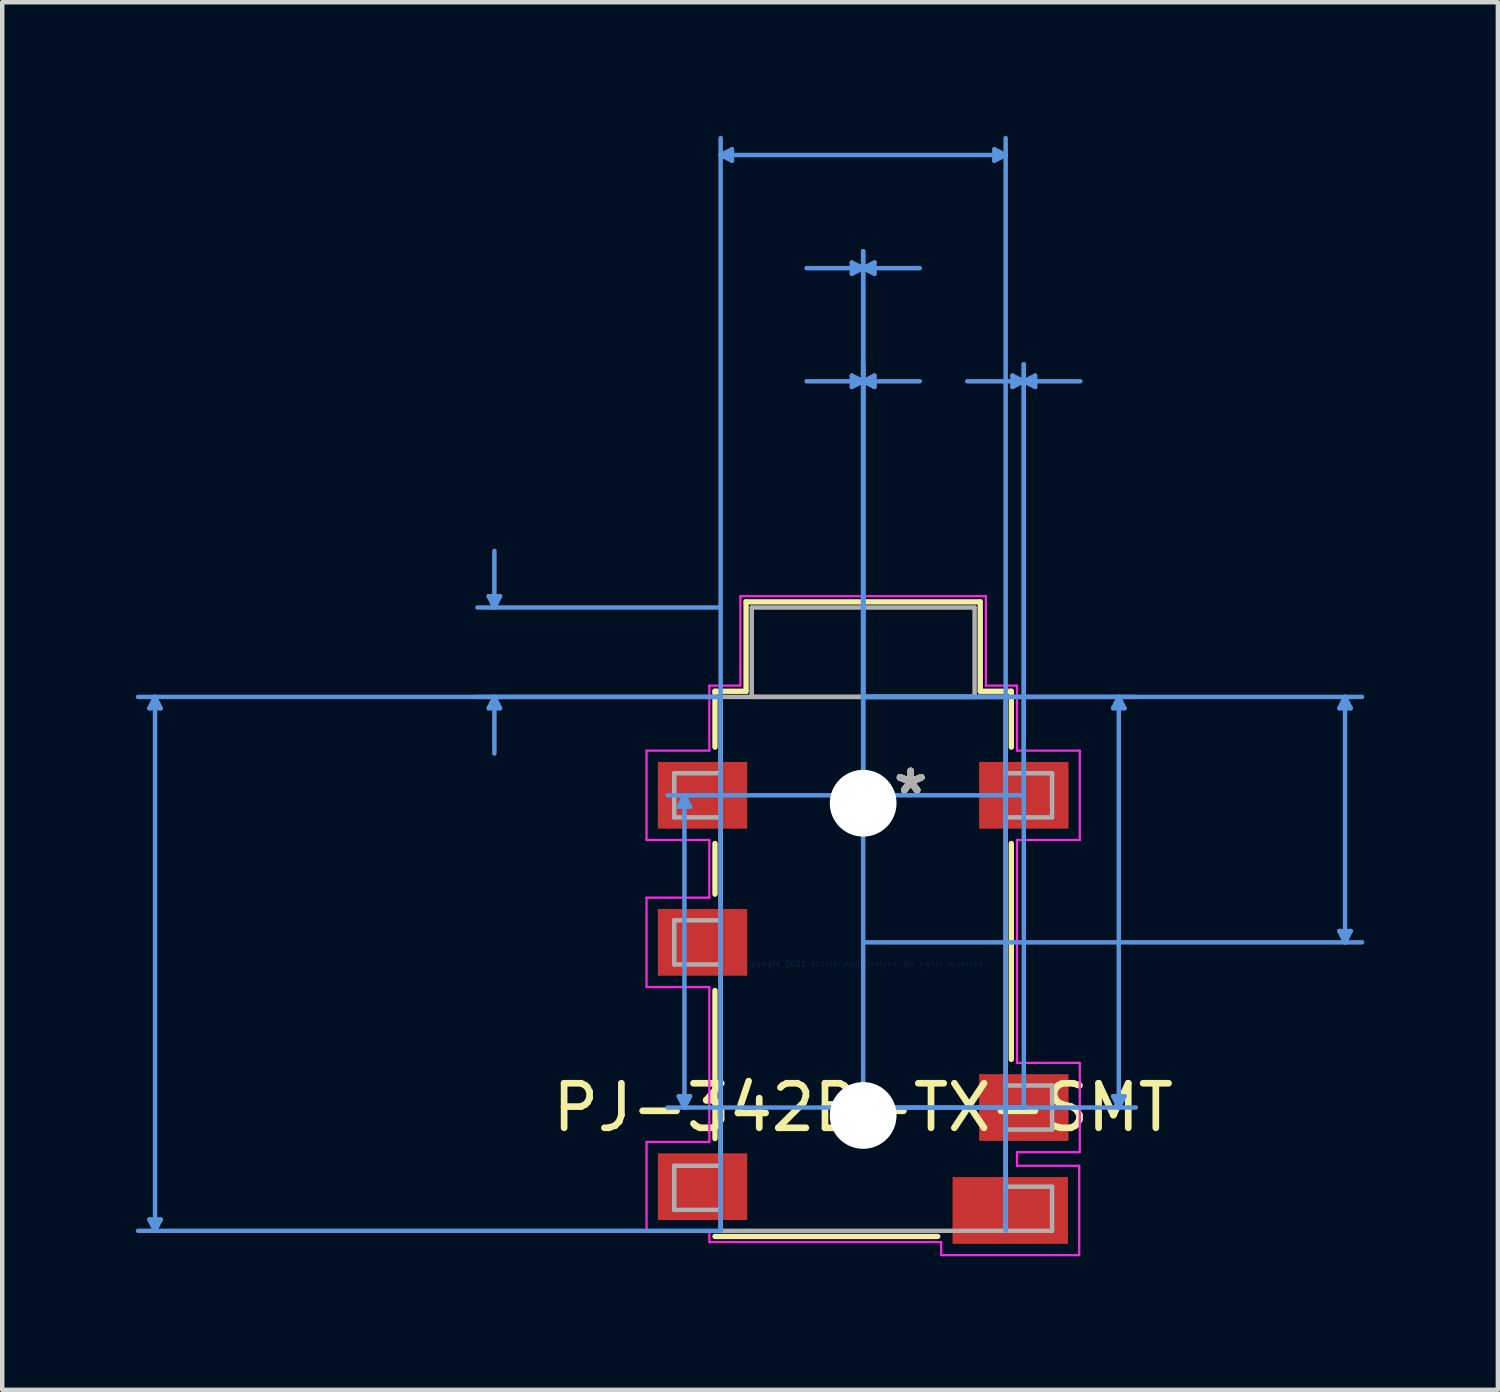
<source format=kicad_pcb>
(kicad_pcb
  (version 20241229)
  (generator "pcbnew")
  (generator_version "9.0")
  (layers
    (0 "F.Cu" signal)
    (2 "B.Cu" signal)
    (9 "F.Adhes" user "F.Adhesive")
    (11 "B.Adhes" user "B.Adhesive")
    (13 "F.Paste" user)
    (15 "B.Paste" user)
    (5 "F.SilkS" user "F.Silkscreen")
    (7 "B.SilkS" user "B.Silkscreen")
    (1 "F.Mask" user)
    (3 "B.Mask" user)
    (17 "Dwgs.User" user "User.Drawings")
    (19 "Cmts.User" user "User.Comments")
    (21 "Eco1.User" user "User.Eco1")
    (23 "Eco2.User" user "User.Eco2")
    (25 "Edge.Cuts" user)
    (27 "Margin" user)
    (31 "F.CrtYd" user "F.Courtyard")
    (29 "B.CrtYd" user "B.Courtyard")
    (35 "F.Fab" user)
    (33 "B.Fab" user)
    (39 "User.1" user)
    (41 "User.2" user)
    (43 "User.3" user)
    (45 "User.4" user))
  (footprint "PJ-342B-TX-SMT"
    (layer "F.Cu")
    (at 16.331 18.592)
    (property "Reference" "PJ-342B-TX-SMT" (at 0 3.226 0) (layer "F.SilkS") (effects (font (size 1 1) (thickness 0.15))))
    (attr through_hole)
    (fp_line (start -3.327 -6.121) (end -2.629 -6.121) (stroke (width 0.12) (type solid)) (layer "F.SilkS"))
    (fp_line (start -3.327 -4.867) (end -3.327 -6.121) (stroke (width 0.12) (type solid)) (layer "F.SilkS"))
    (fp_line (start -3.327 -1.565) (end -3.327 -2.703) (stroke (width 0.12) (type solid)) (layer "F.SilkS"))
    (fp_line (start -3.327 3.922) (end -3.327 0.599) (stroke (width 0.12) (type solid)) (layer "F.SilkS"))
    (fp_line (start -2.629 -8.128) (end 2.629 -8.128) (stroke (width 0.12) (type solid)) (layer "F.SilkS"))
    (fp_line (start -2.629 -6.121) (end -2.629 -8.128) (stroke (width 0.12) (type solid)) (layer "F.SilkS"))
    (fp_line (start 1.674 6.121) (end -3.327 6.121) (stroke (width 0.12) (type solid)) (layer "F.SilkS"))
    (fp_line (start 2.629 -8.128) (end 2.629 -6.121) (stroke (width 0.12) (type solid)) (layer "F.SilkS"))
    (fp_line (start 2.629 -6.121) (end 3.327 -6.121) (stroke (width 0.12) (type solid)) (layer "F.SilkS"))
    (fp_line (start 3.327 -6.121) (end 3.327 -4.867) (stroke (width 0.12) (type solid)) (layer "F.SilkS"))
    (fp_line (start 3.327 -2.703) (end 3.327 2.144) (stroke (width 0.12) (type solid)) (layer "F.SilkS"))
    (fp_line (start -16.027 -5.74) (end -15.773 -5.74) (stroke (width 0.1) (type solid)) (layer "Cmts.User"))
    (fp_line (start -16.027 5.74) (end -15.773 5.74) (stroke (width 0.1) (type solid)) (layer "Cmts.User"))
    (fp_line (start -15.9 -5.994) (end -16.027 -5.74) (stroke (width 0.1) (type solid)) (layer "Cmts.User"))
    (fp_line (start -15.9 -5.994) (end -15.9 5.994) (stroke (width 0.1) (type solid)) (layer "Cmts.User"))
    (fp_line (start -15.9 -5.994) (end -15.773 -5.74) (stroke (width 0.1) (type solid)) (layer "Cmts.User"))
    (fp_line (start -15.9 5.994) (end -16.027 5.74) (stroke (width 0.1) (type solid)) (layer "Cmts.User"))
    (fp_line (start -15.9 5.994) (end -15.773 5.74) (stroke (width 0.1) (type solid)) (layer "Cmts.User"))
    (fp_line (start -8.407 -8.255) (end -8.153 -8.255) (stroke (width 0.1) (type solid)) (layer "Cmts.User"))
    (fp_line (start -8.407 -5.74) (end -8.153 -5.74) (stroke (width 0.1) (type solid)) (layer "Cmts.User"))
    (fp_line (start -8.28 -8.001) (end -8.407 -8.255) (stroke (width 0.1) (type solid)) (layer "Cmts.User"))
    (fp_line (start -8.28 -8.001) (end -8.28 -9.271) (stroke (width 0.1) (type solid)) (layer "Cmts.User"))
    (fp_line (start -8.28 -8.001) (end -8.153 -8.255) (stroke (width 0.1) (type solid)) (layer "Cmts.User"))
    (fp_line (start -8.28 -5.994) (end -8.407 -5.74) (stroke (width 0.1) (type solid)) (layer "Cmts.User"))
    (fp_line (start -8.28 -5.994) (end -8.28 -4.724) (stroke (width 0.1) (type solid)) (layer "Cmts.User"))
    (fp_line (start -8.28 -5.994) (end -8.153 -5.74) (stroke (width 0.1) (type solid)) (layer "Cmts.User"))
    (fp_line (start -4.14 -3.531) (end -3.886 -3.531) (stroke (width 0.1) (type solid)) (layer "Cmts.User"))
    (fp_line (start -4.14 2.972) (end -3.886 2.972) (stroke (width 0.1) (type solid)) (layer "Cmts.User"))
    (fp_line (start -4.013 -3.785) (end -4.14 -3.531) (stroke (width 0.1) (type solid)) (layer "Cmts.User"))
    (fp_line (start -4.013 -3.785) (end -4.013 3.226) (stroke (width 0.1) (type solid)) (layer "Cmts.User"))
    (fp_line (start -4.013 -3.785) (end -3.886 -3.531) (stroke (width 0.1) (type solid)) (layer "Cmts.User"))
    (fp_line (start -4.013 3.226) (end -4.14 2.972) (stroke (width 0.1) (type solid)) (layer "Cmts.User"))
    (fp_line (start -4.013 3.226) (end -3.886 2.972) (stroke (width 0.1) (type solid)) (layer "Cmts.User"))
    (fp_line (start -3.2 -18.161) (end -2.946 -18.288) (stroke (width 0.1) (type solid)) (layer "Cmts.User"))
    (fp_line (start -3.2 -18.161) (end -2.946 -18.034) (stroke (width 0.1) (type solid)) (layer "Cmts.User"))
    (fp_line (start -3.2 -18.161) (end 3.2 -18.161) (stroke (width 0.1) (type solid)) (layer "Cmts.User"))
    (fp_line (start -3.2 -8.001) (end -8.661 -8.001) (stroke (width 0.1) (type solid)) (layer "Cmts.User"))
    (fp_line (start -3.2 -5.994) (end -16.281 -5.994) (stroke (width 0.1) (type solid)) (layer "Cmts.User"))
    (fp_line (start -3.2 -5.994) (end -8.661 -5.994) (stroke (width 0.1) (type solid)) (layer "Cmts.User"))
    (fp_line (start -3.2 5.994) (end -16.281 5.994) (stroke (width 0.1) (type solid)) (layer "Cmts.User"))
    (fp_line (start -3.2 5.994) (end -3.2 -18.542) (stroke (width 0.1) (type solid)) (layer "Cmts.User"))
    (fp_line (start -2.946 -18.288) (end -2.946 -18.034) (stroke (width 0.1) (type solid)) (layer "Cmts.User"))
    (fp_line (start -0.254 -15.748) (end -0.254 -15.494) (stroke (width 0.1) (type solid)) (layer "Cmts.User"))
    (fp_line (start -0.254 -13.208) (end -0.254 -12.954) (stroke (width 0.1) (type solid)) (layer "Cmts.User"))
    (fp_line (start 0 -15.621) (end -1.27 -15.621) (stroke (width 0.1) (type solid)) (layer "Cmts.User"))
    (fp_line (start 0 -15.621) (end -0.254 -15.748) (stroke (width 0.1) (type solid)) (layer "Cmts.User"))
    (fp_line (start 0 -15.621) (end -0.254 -15.494) (stroke (width 0.1) (type solid)) (layer "Cmts.User"))
    (fp_line (start 0 -15.621) (end 0.254 -15.748) (stroke (width 0.1) (type solid)) (layer "Cmts.User"))
    (fp_line (start 0 -15.621) (end 0.254 -15.494) (stroke (width 0.1) (type solid)) (layer "Cmts.User"))
    (fp_line (start 0 -15.621) (end 1.27 -15.621) (stroke (width 0.1) (type solid)) (layer "Cmts.User"))
    (fp_line (start 0 -13.081) (end -1.27 -13.081) (stroke (width 0.1) (type solid)) (layer "Cmts.User"))
    (fp_line (start 0 -13.081) (end -0.254 -13.208) (stroke (width 0.1) (type solid)) (layer "Cmts.User"))
    (fp_line (start 0 -13.081) (end -0.254 -12.954) (stroke (width 0.1) (type solid)) (layer "Cmts.User"))
    (fp_line (start 0 -13.081) (end 0.254 -13.208) (stroke (width 0.1) (type solid)) (layer "Cmts.User"))
    (fp_line (start 0 -13.081) (end 0.254 -12.954) (stroke (width 0.1) (type solid)) (layer "Cmts.User"))
    (fp_line (start 0 -13.081) (end 1.27 -13.081) (stroke (width 0.1) (type solid)) (layer "Cmts.User"))
    (fp_line (start 0 -5.994) (end 0 -16.002) (stroke (width 0.1) (type solid)) (layer "Cmts.User"))
    (fp_line (start 0 -5.994) (end 0 -13.462) (stroke (width 0.1) (type solid)) (layer "Cmts.User"))
    (fp_line (start 0 -5.994) (end 6.121 -5.994) (stroke (width 0.1) (type solid)) (layer "Cmts.User"))
    (fp_line (start 0 -5.994) (end 11.201 -5.994) (stroke (width 0.1) (type solid)) (layer "Cmts.User"))
    (fp_line (start 0 -3.607) (end 0 -13.462) (stroke (width 0.1) (type solid)) (layer "Cmts.User"))
    (fp_line (start 0 -0.483) (end 11.201 -0.483) (stroke (width 0.1) (type solid)) (layer "Cmts.User"))
    (fp_line (start 0 3.226) (end 6.121 3.226) (stroke (width 0.1) (type solid)) (layer "Cmts.User"))
    (fp_line (start 0 3.404) (end 0 -16.002) (stroke (width 0.1) (type solid)) (layer "Cmts.User"))
    (fp_line (start 0.254 -15.748) (end 0.254 -15.494) (stroke (width 0.1) (type solid)) (layer "Cmts.User"))
    (fp_line (start 0.254 -13.208) (end 0.254 -12.954) (stroke (width 0.1) (type solid)) (layer "Cmts.User"))
    (fp_line (start 2.946 -18.288) (end 2.946 -18.034) (stroke (width 0.1) (type solid)) (layer "Cmts.User"))
    (fp_line (start 3.2 -18.161) (end 2.946 -18.288) (stroke (width 0.1) (type solid)) (layer "Cmts.User"))
    (fp_line (start 3.2 -18.161) (end 2.946 -18.034) (stroke (width 0.1) (type solid)) (layer "Cmts.User"))
    (fp_line (start 3.2 5.994) (end 3.2 -18.542) (stroke (width 0.1) (type solid)) (layer "Cmts.User"))
    (fp_line (start 3.353 -13.208) (end 3.353 -12.954) (stroke (width 0.1) (type solid)) (layer "Cmts.User"))
    (fp_line (start 3.607 -13.081) (end 2.337 -13.081) (stroke (width 0.1) (type solid)) (layer "Cmts.User"))
    (fp_line (start 3.607 -13.081) (end 3.353 -13.208) (stroke (width 0.1) (type solid)) (layer "Cmts.User"))
    (fp_line (start 3.607 -13.081) (end 3.353 -12.954) (stroke (width 0.1) (type solid)) (layer "Cmts.User"))
    (fp_line (start 3.607 -13.081) (end 3.861 -13.208) (stroke (width 0.1) (type solid)) (layer "Cmts.User"))
    (fp_line (start 3.607 -13.081) (end 3.861 -12.954) (stroke (width 0.1) (type solid)) (layer "Cmts.User"))
    (fp_line (start 3.607 -13.081) (end 4.877 -13.081) (stroke (width 0.1) (type solid)) (layer "Cmts.User"))
    (fp_line (start 3.607 -3.785) (end -4.394 -3.785) (stroke (width 0.1) (type solid)) (layer "Cmts.User"))
    (fp_line (start 3.607 -3.785) (end 3.607 -13.462) (stroke (width 0.1) (type solid)) (layer "Cmts.User"))
    (fp_line (start 3.607 3.226) (end -4.394 3.226) (stroke (width 0.1) (type solid)) (layer "Cmts.User"))
    (fp_line (start 3.607 3.226) (end 3.607 -13.462) (stroke (width 0.1) (type solid)) (layer "Cmts.User"))
    (fp_line (start 3.861 -13.208) (end 3.861 -12.954) (stroke (width 0.1) (type solid)) (layer "Cmts.User"))
    (fp_line (start 5.613 -5.74) (end 5.867 -5.74) (stroke (width 0.1) (type solid)) (layer "Cmts.User"))
    (fp_line (start 5.613 2.972) (end 5.867 2.972) (stroke (width 0.1) (type solid)) (layer "Cmts.User"))
    (fp_line (start 5.74 -5.994) (end 5.613 -5.74) (stroke (width 0.1) (type solid)) (layer "Cmts.User"))
    (fp_line (start 5.74 -5.994) (end 5.74 3.226) (stroke (width 0.1) (type solid)) (layer "Cmts.User"))
    (fp_line (start 5.74 -5.994) (end 5.867 -5.74) (stroke (width 0.1) (type solid)) (layer "Cmts.User"))
    (fp_line (start 5.74 3.226) (end 5.613 2.972) (stroke (width 0.1) (type solid)) (layer "Cmts.User"))
    (fp_line (start 5.74 3.226) (end 5.867 2.972) (stroke (width 0.1) (type solid)) (layer "Cmts.User"))
    (fp_line (start 10.693 -5.74) (end 10.947 -5.74) (stroke (width 0.1) (type solid)) (layer "Cmts.User"))
    (fp_line (start 10.693 -0.737) (end 10.947 -0.737) (stroke (width 0.1) (type solid)) (layer "Cmts.User"))
    (fp_line (start 10.82 -5.994) (end 10.693 -5.74) (stroke (width 0.1) (type solid)) (layer "Cmts.User"))
    (fp_line (start 10.82 -5.994) (end 10.82 -0.483) (stroke (width 0.1) (type solid)) (layer "Cmts.User"))
    (fp_line (start 10.82 -5.994) (end 10.947 -5.74) (stroke (width 0.1) (type solid)) (layer "Cmts.User"))
    (fp_line (start 10.82 -0.483) (end 10.693 -0.737) (stroke (width 0.1) (type solid)) (layer "Cmts.User"))
    (fp_line (start 10.82 -0.483) (end 10.947 -0.737) (stroke (width 0.1) (type solid)) (layer "Cmts.User"))
    (fp_line (start -4.864 -4.788) (end -4.864 -2.781) (stroke (width 0.05) (type solid)) (layer "F.CrtYd"))
    (fp_line (start -4.864 -2.781) (end -3.454 -2.781) (stroke (width 0.05) (type solid)) (layer "F.CrtYd"))
    (fp_line (start -4.864 -1.486) (end -4.864 0.521) (stroke (width 0.05) (type solid)) (layer "F.CrtYd"))
    (fp_line (start -4.864 0.521) (end -3.454 0.521) (stroke (width 0.05) (type solid)) (layer "F.CrtYd"))
    (fp_line (start -4.864 4) (end -4.864 6.007) (stroke (width 0.05) (type solid)) (layer "F.CrtYd"))
    (fp_line (start -4.864 6.007) (end -3.454 6.007) (stroke (width 0.05) (type solid)) (layer "F.CrtYd"))
    (fp_line (start -3.454 -6.248) (end -3.454 -4.788) (stroke (width 0.05) (type solid)) (layer "F.CrtYd"))
    (fp_line (start -3.454 -4.788) (end -4.864 -4.788) (stroke (width 0.05) (type solid)) (layer "F.CrtYd"))
    (fp_line (start -3.454 -2.781) (end -3.454 -1.486) (stroke (width 0.05) (type solid)) (layer "F.CrtYd"))
    (fp_line (start -3.454 -1.486) (end -4.864 -1.486) (stroke (width 0.05) (type solid)) (layer "F.CrtYd"))
    (fp_line (start -3.454 0.521) (end -3.454 4) (stroke (width 0.05) (type solid)) (layer "F.CrtYd"))
    (fp_line (start -3.454 4) (end -4.864 4) (stroke (width 0.05) (type solid)) (layer "F.CrtYd"))
    (fp_line (start -3.454 6.007) (end -3.454 6.248) (stroke (width 0.05) (type solid)) (layer "F.CrtYd"))
    (fp_line (start -3.454 6.248) (end 1.753 6.248) (stroke (width 0.05) (type solid)) (layer "F.CrtYd"))
    (fp_line (start -2.756 -8.255) (end -2.756 -6.248) (stroke (width 0.05) (type solid)) (layer "F.CrtYd"))
    (fp_line (start -2.756 -6.248) (end -3.454 -6.248) (stroke (width 0.05) (type solid)) (layer "F.CrtYd"))
    (fp_line (start 1.753 6.248) (end 1.753 6.54) (stroke (width 0.05) (type solid)) (layer "F.CrtYd"))
    (fp_line (start 1.753 6.54) (end 4.851 6.54) (stroke (width 0.05) (type solid)) (layer "F.CrtYd"))
    (fp_line (start 2.756 -8.255) (end -2.756 -8.255) (stroke (width 0.05) (type solid)) (layer "F.CrtYd"))
    (fp_line (start 2.756 -6.248) (end 2.756 -8.255) (stroke (width 0.05) (type solid)) (layer "F.CrtYd"))
    (fp_line (start 3.454 -6.248) (end 2.756 -6.248) (stroke (width 0.05) (type solid)) (layer "F.CrtYd"))
    (fp_line (start 3.454 -4.788) (end 3.454 -6.248) (stroke (width 0.05) (type solid)) (layer "F.CrtYd"))
    (fp_line (start 3.454 -2.781) (end 4.864 -2.781) (stroke (width 0.05) (type solid)) (layer "F.CrtYd"))
    (fp_line (start 3.454 2.223) (end 3.454 -2.781) (stroke (width 0.05) (type solid)) (layer "F.CrtYd"))
    (fp_line (start 3.454 4.229) (end 4.864 4.229) (stroke (width 0.05) (type solid)) (layer "F.CrtYd"))
    (fp_line (start 3.454 4.534) (end 3.454 4.229) (stroke (width 0.05) (type solid)) (layer "F.CrtYd"))
    (fp_line (start 4.851 4.534) (end 3.454 4.534) (stroke (width 0.05) (type solid)) (layer "F.CrtYd"))
    (fp_line (start 4.851 6.54) (end 4.851 4.534) (stroke (width 0.05) (type solid)) (layer "F.CrtYd"))
    (fp_line (start 4.864 -4.788) (end 3.454 -4.788) (stroke (width 0.05) (type solid)) (layer "F.CrtYd"))
    (fp_line (start 4.864 -2.781) (end 4.864 -4.788) (stroke (width 0.05) (type solid)) (layer "F.CrtYd"))
    (fp_line (start 4.864 2.223) (end 3.454 2.223) (stroke (width 0.05) (type solid)) (layer "F.CrtYd"))
    (fp_line (start 4.864 4.229) (end 4.864 2.223) (stroke (width 0.05) (type solid)) (layer "F.CrtYd"))
    (fp_line (start -4.242 -4.28) (end -4.242 -3.289) (stroke (width 0.1) (type solid)) (layer "F.Fab"))
    (fp_line (start -4.242 -3.289) (end -3.2 -3.289) (stroke (width 0.1) (type solid)) (layer "F.Fab"))
    (fp_line (start -4.242 -0.978) (end -4.242 0.013) (stroke (width 0.1) (type solid)) (layer "F.Fab"))
    (fp_line (start -4.242 0.013) (end -3.2 0.013) (stroke (width 0.1) (type solid)) (layer "F.Fab"))
    (fp_line (start -4.242 4.534) (end -3.2 4.534) (stroke (width 0.1) (type solid)) (layer "F.Fab"))
    (fp_line (start -4.242 5.524) (end -4.242 4.534) (stroke (width 0.1) (type solid)) (layer "F.Fab"))
    (fp_line (start -3.2 -5.994) (end -3.2 5.994) (stroke (width 0.1) (type solid)) (layer "F.Fab"))
    (fp_line (start -3.2 -4.28) (end -4.242 -4.28) (stroke (width 0.1) (type solid)) (layer "F.Fab"))
    (fp_line (start -3.2 -0.978) (end -4.242 -0.978) (stroke (width 0.1) (type solid)) (layer "F.Fab"))
    (fp_line (start -3.2 5.524) (end -4.242 5.524) (stroke (width 0.1) (type solid)) (layer "F.Fab"))
    (fp_line (start -3.2 5.994) (end 3.2 5.994) (stroke (width 0.1) (type solid)) (layer "F.Fab"))
    (fp_line (start -2.502 -8.001) (end -2.502 -5.994) (stroke (width 0.1) (type solid)) (layer "F.Fab"))
    (fp_line (start -2.502 -5.994) (end 2.502 -5.994) (stroke (width 0.1) (type solid)) (layer "F.Fab"))
    (fp_line (start 2.502 -8.001) (end -2.502 -8.001) (stroke (width 0.1) (type solid)) (layer "F.Fab"))
    (fp_line (start 2.502 -5.994) (end 2.502 -8.001) (stroke (width 0.1) (type solid)) (layer "F.Fab"))
    (fp_line (start 3.2 -5.994) (end -3.2 -5.994) (stroke (width 0.1) (type solid)) (layer "F.Fab"))
    (fp_line (start 3.2 -4.28) (end 4.242 -4.28) (stroke (width 0.1) (type solid)) (layer "F.Fab"))
    (fp_line (start 3.2 2.731) (end 4.242 2.731) (stroke (width 0.1) (type solid)) (layer "F.Fab"))
    (fp_line (start 3.2 5.994) (end 3.2 -5.994) (stroke (width 0.1) (type solid)) (layer "F.Fab"))
    (fp_line (start 3.2 5.994) (end 4.242 5.994) (stroke (width 0.1) (type solid)) (layer "F.Fab"))
    (fp_line (start 4.242 -4.28) (end 4.242 -3.289) (stroke (width 0.1) (type solid)) (layer "F.Fab"))
    (fp_line (start 4.242 -3.289) (end 3.2 -3.289) (stroke (width 0.1) (type solid)) (layer "F.Fab"))
    (fp_line (start 4.242 2.731) (end 4.242 3.721) (stroke (width 0.1) (type solid)) (layer "F.Fab"))
    (fp_line (start 4.242 3.721) (end 3.2 3.721) (stroke (width 0.1) (type solid)) (layer "F.Fab"))
    (fp_line (start 4.242 5.004) (end 3.2 5.004) (stroke (width 0.1) (type solid)) (layer "F.Fab"))
    (fp_line (start 4.242 5.994) (end 4.242 5.004) (stroke (width 0.1) (type solid)) (layer "F.Fab"))
    (fp_text user "*" (at 1.067 -3.785 0) (layer "F.SilkS") (effects (font (size 1 1) (thickness 0.15))))
    (fp_text user "*" (at 1.067 -3.785 0) (layer "F.SilkS") (effects (font (size 1 1) (thickness 0.15))))
    (fp_text user "Copyright 2021 Accelerated Designs. All rights reserved." (at 0 0 0) (layer "Cmts.User") (effects (font (size 0.127 0.127) (thickness 0.002))))
    (fp_text user "*" (at 1.067 -3.785 0) (layer "F.Fab") (effects (font (size 1 1) (thickness 0.15))))
    (fp_text user "*" (at 1.067 -3.785 0) (layer "F.Fab") (effects (font (size 1 1) (thickness 0.15))))
    (pad "" np_thru_hole circle (at 0 -3.607) (size 1.499 1.499) (drill 1.499) (layers "*.Cu" "*.Mask"))
    (pad "" np_thru_hole circle (at 0 3.404) (size 1.499 1.499) (drill 1.499) (layers "*.Cu" "*.Mask"))
    (pad "2" smd rect (at 3.607 -3.785) (size 2.007 1.499) (layers "F.Cu" "F.Mask" "F.Paste"))
    (pad "3" smd rect (at 3.607 3.226) (size 2.007 1.499) (layers "F.Cu" "F.Mask" "F.Paste"))
    (pad "4" smd rect (at 3.302 5.537) (size 2.591 1.499) (layers "F.Cu" "F.Mask" "F.Paste"))
    (pad "5" smd rect (at -3.607 -3.785) (size 2.007 1.499) (layers "F.Cu" "F.Mask" "F.Paste"))
    (pad "6" smd rect (at -3.607 -0.483) (size 2.007 1.499) (layers "F.Cu" "F.Mask" "F.Paste"))
    (pad "7" smd rect (at -3.607 5.004) (size 2.007 1.499) (layers "F.Cu" "F.Mask" "F.Paste")))
  (gr_rect
    (start -3 -3)
    (end 30.583 28.157)
    (stroke (width 0.1) (type default))
    (fill no)
    (layer "Edge.Cuts")))
</source>
